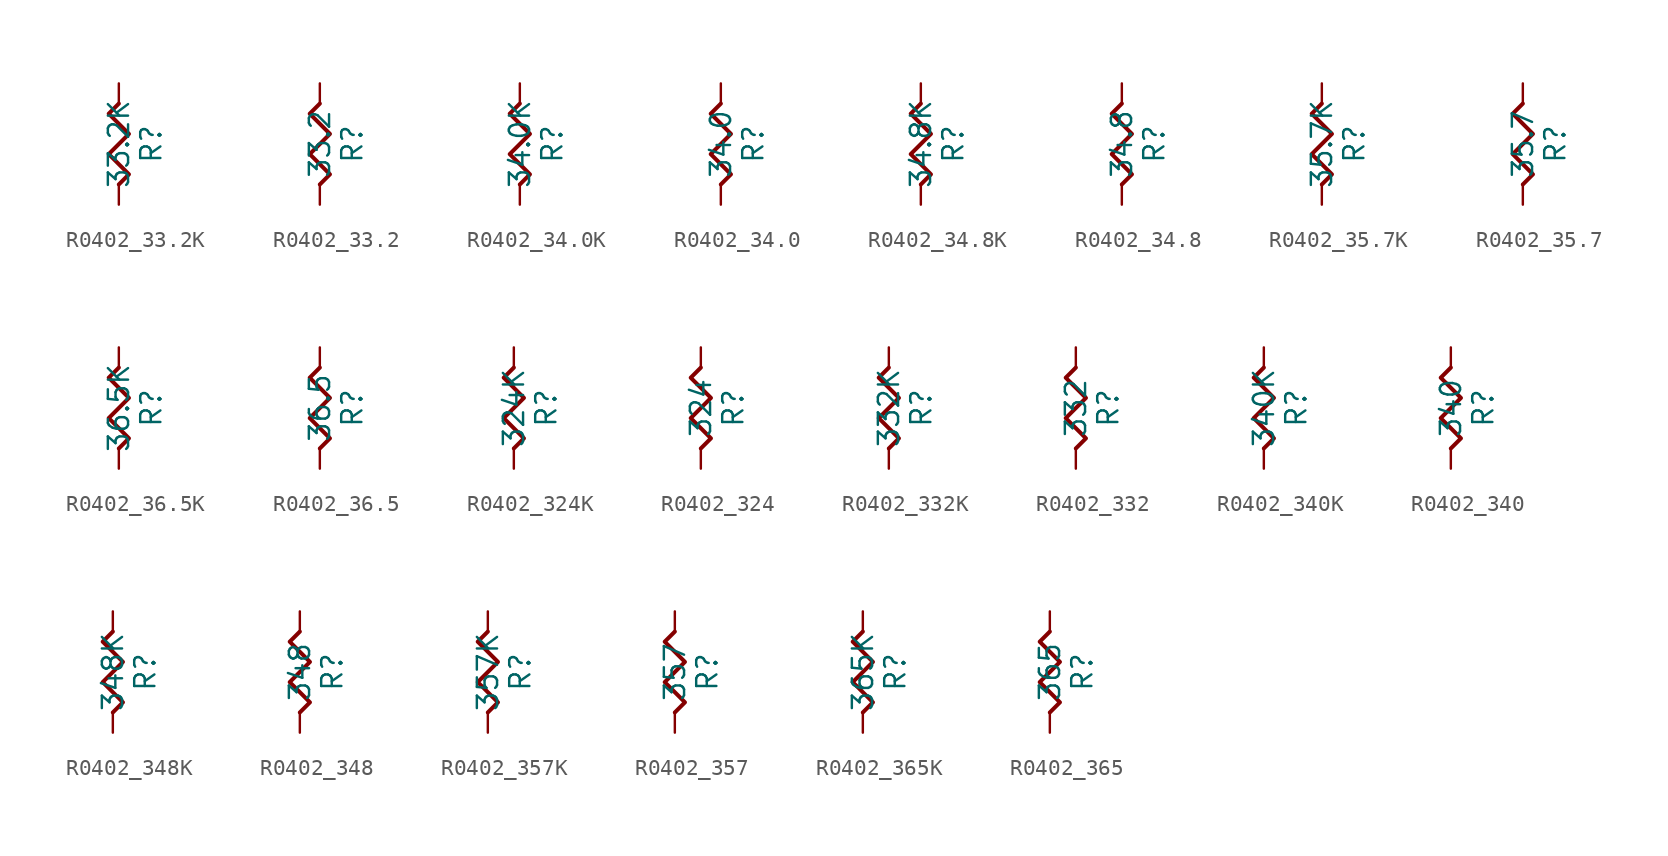
<source format=kicad_sym>
(kicad_symbol_lib
  (version 20211014)
  (generator atlantix-eda)
  (symbol "R0402_33.2K"
    (pin_numbers hide)
    (pin_names
      (offset 0))
    (property "Reference" "R"
      (at 2.032 0 90)
      (effects (font (size 1.27 1.27))))
    (property "Value" "33.2K"
      (at 0 0 90)
      (effects (font (size 1.27 1.27))))
    (symbol "R0402_33.2K_0_1"
      (polyline (pts (xy 0 -2.54) (xy 0.635 -1.905) (xy -0.635 -0.635) (xy 0.635 0.635) (xy -0.635 1.905) (xy 0 2.54)) (stroke (width 0.254) (type default) (color 0 0 0 0)) (fill (type none))))
    (symbol "R0402_33.2K_1_1"
      (pin passive line (at 0 3.81 270) (length 1.27) (name "~" (effects (font (size 1.27 1.27)))) (number "1" (effects (font (size 1.27 1.27)))))
      (pin passive line (at 0 -3.81 90) (length 1.27) (name "~" (effects (font (size 1.27 1.27)))) (number "2" (effects (font (size 1.27 1.27)))))))
  (symbol "R0402_33.2"
    (pin_numbers hide)
    (pin_names
      (offset 0))
    (property "Reference" "R"
      (at 2.032 0 90)
      (effects (font (size 1.27 1.27))))
    (property "Value" "33.2"
      (at 0 0 90)
      (effects (font (size 1.27 1.27))))
    (symbol "R0402_33.2_0_1"
      (polyline (pts (xy 0 -2.54) (xy 0.635 -1.905) (xy -0.635 -0.635) (xy 0.635 0.635) (xy -0.635 1.905) (xy 0 2.54)) (stroke (width 0.254) (type default) (color 0 0 0 0)) (fill (type none))))
    (symbol "R0402_33.2_1_1"
      (pin passive line (at 0 3.81 270) (length 1.27) (name "~" (effects (font (size 1.27 1.27)))) (number "1" (effects (font (size 1.27 1.27)))))
      (pin passive line (at 0 -3.81 90) (length 1.27) (name "~" (effects (font (size 1.27 1.27)))) (number "2" (effects (font (size 1.27 1.27)))))))
  (symbol "R0402_34.0K"
    (pin_numbers hide)
    (pin_names
      (offset 0))
    (property "Reference" "R"
      (at 2.032 0 90)
      (effects (font (size 1.27 1.27))))
    (property "Value" "34.0K"
      (at 0 0 90)
      (effects (font (size 1.27 1.27))))
    (symbol "R0402_34.0K_0_1"
      (polyline (pts (xy 0 -2.54) (xy 0.635 -1.905) (xy -0.635 -0.635) (xy 0.635 0.635) (xy -0.635 1.905) (xy 0 2.54)) (stroke (width 0.254) (type default) (color 0 0 0 0)) (fill (type none))))
    (symbol "R0402_34.0K_1_1"
      (pin passive line (at 0 3.81 270) (length 1.27) (name "~" (effects (font (size 1.27 1.27)))) (number "1" (effects (font (size 1.27 1.27)))))
      (pin passive line (at 0 -3.81 90) (length 1.27) (name "~" (effects (font (size 1.27 1.27)))) (number "2" (effects (font (size 1.27 1.27)))))))
  (symbol "R0402_34.0"
    (pin_numbers hide)
    (pin_names
      (offset 0))
    (property "Reference" "R"
      (at 2.032 0 90)
      (effects (font (size 1.27 1.27))))
    (property "Value" "34.0"
      (at 0 0 90)
      (effects (font (size 1.27 1.27))))
    (symbol "R0402_34.0_0_1"
      (polyline (pts (xy 0 -2.54) (xy 0.635 -1.905) (xy -0.635 -0.635) (xy 0.635 0.635) (xy -0.635 1.905) (xy 0 2.54)) (stroke (width 0.254) (type default) (color 0 0 0 0)) (fill (type none))))
    (symbol "R0402_34.0_1_1"
      (pin passive line (at 0 3.81 270) (length 1.27) (name "~" (effects (font (size 1.27 1.27)))) (number "1" (effects (font (size 1.27 1.27)))))
      (pin passive line (at 0 -3.81 90) (length 1.27) (name "~" (effects (font (size 1.27 1.27)))) (number "2" (effects (font (size 1.27 1.27)))))))
  (symbol "R0402_34.8K"
    (pin_numbers hide)
    (pin_names
      (offset 0))
    (property "Reference" "R"
      (at 2.032 0 90)
      (effects (font (size 1.27 1.27))))
    (property "Value" "34.8K"
      (at 0 0 90)
      (effects (font (size 1.27 1.27))))
    (symbol "R0402_34.8K_0_1"
      (polyline (pts (xy 0 -2.54) (xy 0.635 -1.905) (xy -0.635 -0.635) (xy 0.635 0.635) (xy -0.635 1.905) (xy 0 2.54)) (stroke (width 0.254) (type default) (color 0 0 0 0)) (fill (type none))))
    (symbol "R0402_34.8K_1_1"
      (pin passive line (at 0 3.81 270) (length 1.27) (name "~" (effects (font (size 1.27 1.27)))) (number "1" (effects (font (size 1.27 1.27)))))
      (pin passive line (at 0 -3.81 90) (length 1.27) (name "~" (effects (font (size 1.27 1.27)))) (number "2" (effects (font (size 1.27 1.27)))))))
  (symbol "R0402_34.8"
    (pin_numbers hide)
    (pin_names
      (offset 0))
    (property "Reference" "R"
      (at 2.032 0 90)
      (effects (font (size 1.27 1.27))))
    (property "Value" "34.8"
      (at 0 0 90)
      (effects (font (size 1.27 1.27))))
    (symbol "R0402_34.8_0_1"
      (polyline (pts (xy 0 -2.54) (xy 0.635 -1.905) (xy -0.635 -0.635) (xy 0.635 0.635) (xy -0.635 1.905) (xy 0 2.54)) (stroke (width 0.254) (type default) (color 0 0 0 0)) (fill (type none))))
    (symbol "R0402_34.8_1_1"
      (pin passive line (at 0 3.81 270) (length 1.27) (name "~" (effects (font (size 1.27 1.27)))) (number "1" (effects (font (size 1.27 1.27)))))
      (pin passive line (at 0 -3.81 90) (length 1.27) (name "~" (effects (font (size 1.27 1.27)))) (number "2" (effects (font (size 1.27 1.27)))))))
  (symbol "R0402_35.7K"
    (pin_numbers hide)
    (pin_names
      (offset 0))
    (property "Reference" "R"
      (at 2.032 0 90)
      (effects (font (size 1.27 1.27))))
    (property "Value" "35.7K"
      (at 0 0 90)
      (effects (font (size 1.27 1.27))))
    (symbol "R0402_35.7K_0_1"
      (polyline (pts (xy 0 -2.54) (xy 0.635 -1.905) (xy -0.635 -0.635) (xy 0.635 0.635) (xy -0.635 1.905) (xy 0 2.54)) (stroke (width 0.254) (type default) (color 0 0 0 0)) (fill (type none))))
    (symbol "R0402_35.7K_1_1"
      (pin passive line (at 0 3.81 270) (length 1.27) (name "~" (effects (font (size 1.27 1.27)))) (number "1" (effects (font (size 1.27 1.27)))))
      (pin passive line (at 0 -3.81 90) (length 1.27) (name "~" (effects (font (size 1.27 1.27)))) (number "2" (effects (font (size 1.27 1.27)))))))
  (symbol "R0402_35.7"
    (pin_numbers hide)
    (pin_names
      (offset 0))
    (property "Reference" "R"
      (at 2.032 0 90)
      (effects (font (size 1.27 1.27))))
    (property "Value" "35.7"
      (at 0 0 90)
      (effects (font (size 1.27 1.27))))
    (symbol "R0402_35.7_0_1"
      (polyline (pts (xy 0 -2.54) (xy 0.635 -1.905) (xy -0.635 -0.635) (xy 0.635 0.635) (xy -0.635 1.905) (xy 0 2.54)) (stroke (width 0.254) (type default) (color 0 0 0 0)) (fill (type none))))
    (symbol "R0402_35.7_1_1"
      (pin passive line (at 0 3.81 270) (length 1.27) (name "~" (effects (font (size 1.27 1.27)))) (number "1" (effects (font (size 1.27 1.27)))))
      (pin passive line (at 0 -3.81 90) (length 1.27) (name "~" (effects (font (size 1.27 1.27)))) (number "2" (effects (font (size 1.27 1.27)))))))
  (symbol "R0402_36.5K"
    (pin_numbers hide)
    (pin_names
      (offset 0))
    (property "Reference" "R"
      (at 2.032 0 90)
      (effects (font (size 1.27 1.27))))
    (property "Value" "36.5K"
      (at 0 0 90)
      (effects (font (size 1.27 1.27))))
    (symbol "R0402_36.5K_0_1"
      (polyline (pts (xy 0 -2.54) (xy 0.635 -1.905) (xy -0.635 -0.635) (xy 0.635 0.635) (xy -0.635 1.905) (xy 0 2.54)) (stroke (width 0.254) (type default) (color 0 0 0 0)) (fill (type none))))
    (symbol "R0402_36.5K_1_1"
      (pin passive line (at 0 3.81 270) (length 1.27) (name "~" (effects (font (size 1.27 1.27)))) (number "1" (effects (font (size 1.27 1.27)))))
      (pin passive line (at 0 -3.81 90) (length 1.27) (name "~" (effects (font (size 1.27 1.27)))) (number "2" (effects (font (size 1.27 1.27)))))))
  (symbol "R0402_36.5"
    (pin_numbers hide)
    (pin_names
      (offset 0))
    (property "Reference" "R"
      (at 2.032 0 90)
      (effects (font (size 1.27 1.27))))
    (property "Value" "36.5"
      (at 0 0 90)
      (effects (font (size 1.27 1.27))))
    (symbol "R0402_36.5_0_1"
      (polyline (pts (xy 0 -2.54) (xy 0.635 -1.905) (xy -0.635 -0.635) (xy 0.635 0.635) (xy -0.635 1.905) (xy 0 2.54)) (stroke (width 0.254) (type default) (color 0 0 0 0)) (fill (type none))))
    (symbol "R0402_36.5_1_1"
      (pin passive line (at 0 3.81 270) (length 1.27) (name "~" (effects (font (size 1.27 1.27)))) (number "1" (effects (font (size 1.27 1.27)))))
      (pin passive line (at 0 -3.81 90) (length 1.27) (name "~" (effects (font (size 1.27 1.27)))) (number "2" (effects (font (size 1.27 1.27)))))))
  (symbol "R0402_324K"
    (pin_numbers hide)
    (pin_names
      (offset 0))
    (property "Reference" "R"
      (at 2.032 0 90)
      (effects (font (size 1.27 1.27))))
    (property "Value" "324K"
      (at 0 0 90)
      (effects (font (size 1.27 1.27))))
    (symbol "R0402_324K_0_1"
      (polyline (pts (xy 0 -2.54) (xy 0.635 -1.905) (xy -0.635 -0.635) (xy 0.635 0.635) (xy -0.635 1.905) (xy 0 2.54)) (stroke (width 0.254) (type default) (color 0 0 0 0)) (fill (type none))))
    (symbol "R0402_324K_1_1"
      (pin passive line (at 0 3.81 270) (length 1.27) (name "~" (effects (font (size 1.27 1.27)))) (number "1" (effects (font (size 1.27 1.27)))))
      (pin passive line (at 0 -3.81 90) (length 1.27) (name "~" (effects (font (size 1.27 1.27)))) (number "2" (effects (font (size 1.27 1.27)))))))
  (symbol "R0402_324"
    (pin_numbers hide)
    (pin_names
      (offset 0))
    (property "Reference" "R"
      (at 2.032 0 90)
      (effects (font (size 1.27 1.27))))
    (property "Value" "324"
      (at 0 0 90)
      (effects (font (size 1.27 1.27))))
    (symbol "R0402_324_0_1"
      (polyline (pts (xy 0 -2.54) (xy 0.635 -1.905) (xy -0.635 -0.635) (xy 0.635 0.635) (xy -0.635 1.905) (xy 0 2.54)) (stroke (width 0.254) (type default) (color 0 0 0 0)) (fill (type none))))
    (symbol "R0402_324_1_1"
      (pin passive line (at 0 3.81 270) (length 1.27) (name "~" (effects (font (size 1.27 1.27)))) (number "1" (effects (font (size 1.27 1.27)))))
      (pin passive line (at 0 -3.81 90) (length 1.27) (name "~" (effects (font (size 1.27 1.27)))) (number "2" (effects (font (size 1.27 1.27)))))))
  (symbol "R0402_332K"
    (pin_numbers hide)
    (pin_names
      (offset 0))
    (property "Reference" "R"
      (at 2.032 0 90)
      (effects (font (size 1.27 1.27))))
    (property "Value" "332K"
      (at 0 0 90)
      (effects (font (size 1.27 1.27))))
    (symbol "R0402_332K_0_1"
      (polyline (pts (xy 0 -2.54) (xy 0.635 -1.905) (xy -0.635 -0.635) (xy 0.635 0.635) (xy -0.635 1.905) (xy 0 2.54)) (stroke (width 0.254) (type default) (color 0 0 0 0)) (fill (type none))))
    (symbol "R0402_332K_1_1"
      (pin passive line (at 0 3.81 270) (length 1.27) (name "~" (effects (font (size 1.27 1.27)))) (number "1" (effects (font (size 1.27 1.27)))))
      (pin passive line (at 0 -3.81 90) (length 1.27) (name "~" (effects (font (size 1.27 1.27)))) (number "2" (effects (font (size 1.27 1.27)))))))
  (symbol "R0402_332"
    (pin_numbers hide)
    (pin_names
      (offset 0))
    (property "Reference" "R"
      (at 2.032 0 90)
      (effects (font (size 1.27 1.27))))
    (property "Value" "332"
      (at 0 0 90)
      (effects (font (size 1.27 1.27))))
    (symbol "R0402_332_0_1"
      (polyline (pts (xy 0 -2.54) (xy 0.635 -1.905) (xy -0.635 -0.635) (xy 0.635 0.635) (xy -0.635 1.905) (xy 0 2.54)) (stroke (width 0.254) (type default) (color 0 0 0 0)) (fill (type none))))
    (symbol "R0402_332_1_1"
      (pin passive line (at 0 3.81 270) (length 1.27) (name "~" (effects (font (size 1.27 1.27)))) (number "1" (effects (font (size 1.27 1.27)))))
      (pin passive line (at 0 -3.81 90) (length 1.27) (name "~" (effects (font (size 1.27 1.27)))) (number "2" (effects (font (size 1.27 1.27)))))))
  (symbol "R0402_340K"
    (pin_numbers hide)
    (pin_names
      (offset 0))
    (property "Reference" "R"
      (at 2.032 0 90)
      (effects (font (size 1.27 1.27))))
    (property "Value" "340K"
      (at 0 0 90)
      (effects (font (size 1.27 1.27))))
    (symbol "R0402_340K_0_1"
      (polyline (pts (xy 0 -2.54) (xy 0.635 -1.905) (xy -0.635 -0.635) (xy 0.635 0.635) (xy -0.635 1.905) (xy 0 2.54)) (stroke (width 0.254) (type default) (color 0 0 0 0)) (fill (type none))))
    (symbol "R0402_340K_1_1"
      (pin passive line (at 0 3.81 270) (length 1.27) (name "~" (effects (font (size 1.27 1.27)))) (number "1" (effects (font (size 1.27 1.27)))))
      (pin passive line (at 0 -3.81 90) (length 1.27) (name "~" (effects (font (size 1.27 1.27)))) (number "2" (effects (font (size 1.27 1.27)))))))
  (symbol "R0402_340"
    (pin_numbers hide)
    (pin_names
      (offset 0))
    (property "Reference" "R"
      (at 2.032 0 90)
      (effects (font (size 1.27 1.27))))
    (property "Value" "340"
      (at 0 0 90)
      (effects (font (size 1.27 1.27))))
    (symbol "R0402_340_0_1"
      (polyline (pts (xy 0 -2.54) (xy 0.635 -1.905) (xy -0.635 -0.635) (xy 0.635 0.635) (xy -0.635 1.905) (xy 0 2.54)) (stroke (width 0.254) (type default) (color 0 0 0 0)) (fill (type none))))
    (symbol "R0402_340_1_1"
      (pin passive line (at 0 3.81 270) (length 1.27) (name "~" (effects (font (size 1.27 1.27)))) (number "1" (effects (font (size 1.27 1.27)))))
      (pin passive line (at 0 -3.81 90) (length 1.27) (name "~" (effects (font (size 1.27 1.27)))) (number "2" (effects (font (size 1.27 1.27)))))))
  (symbol "R0402_348K"
    (pin_numbers hide)
    (pin_names
      (offset 0))
    (property "Reference" "R"
      (at 2.032 0 90)
      (effects (font (size 1.27 1.27))))
    (property "Value" "348K"
      (at 0 0 90)
      (effects (font (size 1.27 1.27))))
    (symbol "R0402_348K_0_1"
      (polyline (pts (xy 0 -2.54) (xy 0.635 -1.905) (xy -0.635 -0.635) (xy 0.635 0.635) (xy -0.635 1.905) (xy 0 2.54)) (stroke (width 0.254) (type default) (color 0 0 0 0)) (fill (type none))))
    (symbol "R0402_348K_1_1"
      (pin passive line (at 0 3.81 270) (length 1.27) (name "~" (effects (font (size 1.27 1.27)))) (number "1" (effects (font (size 1.27 1.27)))))
      (pin passive line (at 0 -3.81 90) (length 1.27) (name "~" (effects (font (size 1.27 1.27)))) (number "2" (effects (font (size 1.27 1.27)))))))
  (symbol "R0402_348"
    (pin_numbers hide)
    (pin_names
      (offset 0))
    (property "Reference" "R"
      (at 2.032 0 90)
      (effects (font (size 1.27 1.27))))
    (property "Value" "348"
      (at 0 0 90)
      (effects (font (size 1.27 1.27))))
    (symbol "R0402_348_0_1"
      (polyline (pts (xy 0 -2.54) (xy 0.635 -1.905) (xy -0.635 -0.635) (xy 0.635 0.635) (xy -0.635 1.905) (xy 0 2.54)) (stroke (width 0.254) (type default) (color 0 0 0 0)) (fill (type none))))
    (symbol "R0402_348_1_1"
      (pin passive line (at 0 3.81 270) (length 1.27) (name "~" (effects (font (size 1.27 1.27)))) (number "1" (effects (font (size 1.27 1.27)))))
      (pin passive line (at 0 -3.81 90) (length 1.27) (name "~" (effects (font (size 1.27 1.27)))) (number "2" (effects (font (size 1.27 1.27)))))))
  (symbol "R0402_357K"
    (pin_numbers hide)
    (pin_names
      (offset 0))
    (property "Reference" "R"
      (at 2.032 0 90)
      (effects (font (size 1.27 1.27))))
    (property "Value" "357K"
      (at 0 0 90)
      (effects (font (size 1.27 1.27))))
    (symbol "R0402_357K_0_1"
      (polyline (pts (xy 0 -2.54) (xy 0.635 -1.905) (xy -0.635 -0.635) (xy 0.635 0.635) (xy -0.635 1.905) (xy 0 2.54)) (stroke (width 0.254) (type default) (color 0 0 0 0)) (fill (type none))))
    (symbol "R0402_357K_1_1"
      (pin passive line (at 0 3.81 270) (length 1.27) (name "~" (effects (font (size 1.27 1.27)))) (number "1" (effects (font (size 1.27 1.27)))))
      (pin passive line (at 0 -3.81 90) (length 1.27) (name "~" (effects (font (size 1.27 1.27)))) (number "2" (effects (font (size 1.27 1.27)))))))
  (symbol "R0402_357"
    (pin_numbers hide)
    (pin_names
      (offset 0))
    (property "Reference" "R"
      (at 2.032 0 90)
      (effects (font (size 1.27 1.27))))
    (property "Value" "357"
      (at 0 0 90)
      (effects (font (size 1.27 1.27))))
    (symbol "R0402_357_0_1"
      (polyline (pts (xy 0 -2.54) (xy 0.635 -1.905) (xy -0.635 -0.635) (xy 0.635 0.635) (xy -0.635 1.905) (xy 0 2.54)) (stroke (width 0.254) (type default) (color 0 0 0 0)) (fill (type none))))
    (symbol "R0402_357_1_1"
      (pin passive line (at 0 3.81 270) (length 1.27) (name "~" (effects (font (size 1.27 1.27)))) (number "1" (effects (font (size 1.27 1.27)))))
      (pin passive line (at 0 -3.81 90) (length 1.27) (name "~" (effects (font (size 1.27 1.27)))) (number "2" (effects (font (size 1.27 1.27)))))))
  (symbol "R0402_365K"
    (pin_numbers hide)
    (pin_names
      (offset 0))
    (property "Reference" "R"
      (at 2.032 0 90)
      (effects (font (size 1.27 1.27))))
    (property "Value" "365K"
      (at 0 0 90)
      (effects (font (size 1.27 1.27))))
    (symbol "R0402_365K_0_1"
      (polyline (pts (xy 0 -2.54) (xy 0.635 -1.905) (xy -0.635 -0.635) (xy 0.635 0.635) (xy -0.635 1.905) (xy 0 2.54)) (stroke (width 0.254) (type default) (color 0 0 0 0)) (fill (type none))))
    (symbol "R0402_365K_1_1"
      (pin passive line (at 0 3.81 270) (length 1.27) (name "~" (effects (font (size 1.27 1.27)))) (number "1" (effects (font (size 1.27 1.27)))))
      (pin passive line (at 0 -3.81 90) (length 1.27) (name "~" (effects (font (size 1.27 1.27)))) (number "2" (effects (font (size 1.27 1.27)))))))
  (symbol "R0402_365"
    (pin_numbers hide)
    (pin_names
      (offset 0))
    (property "Reference" "R"
      (at 2.032 0 90)
      (effects (font (size 1.27 1.27))))
    (property "Value" "365"
      (at 0 0 90)
      (effects (font (size 1.27 1.27))))
    (symbol "R0402_365_0_1"
      (polyline (pts (xy 0 -2.54) (xy 0.635 -1.905) (xy -0.635 -0.635) (xy 0.635 0.635) (xy -0.635 1.905) (xy 0 2.54)) (stroke (width 0.254) (type default) (color 0 0 0 0)) (fill (type none))))
    (symbol "R0402_365_1_1"
      (pin passive line (at 0 3.81 270) (length 1.27) (name "~" (effects (font (size 1.27 1.27)))) (number "1" (effects (font (size 1.27 1.27)))))
      (pin passive line (at 0 -3.81 90) (length 1.27) (name "~" (effects (font (size 1.27 1.27)))) (number "2" (effects (font (size 1.27 1.27))))))))
</source>
